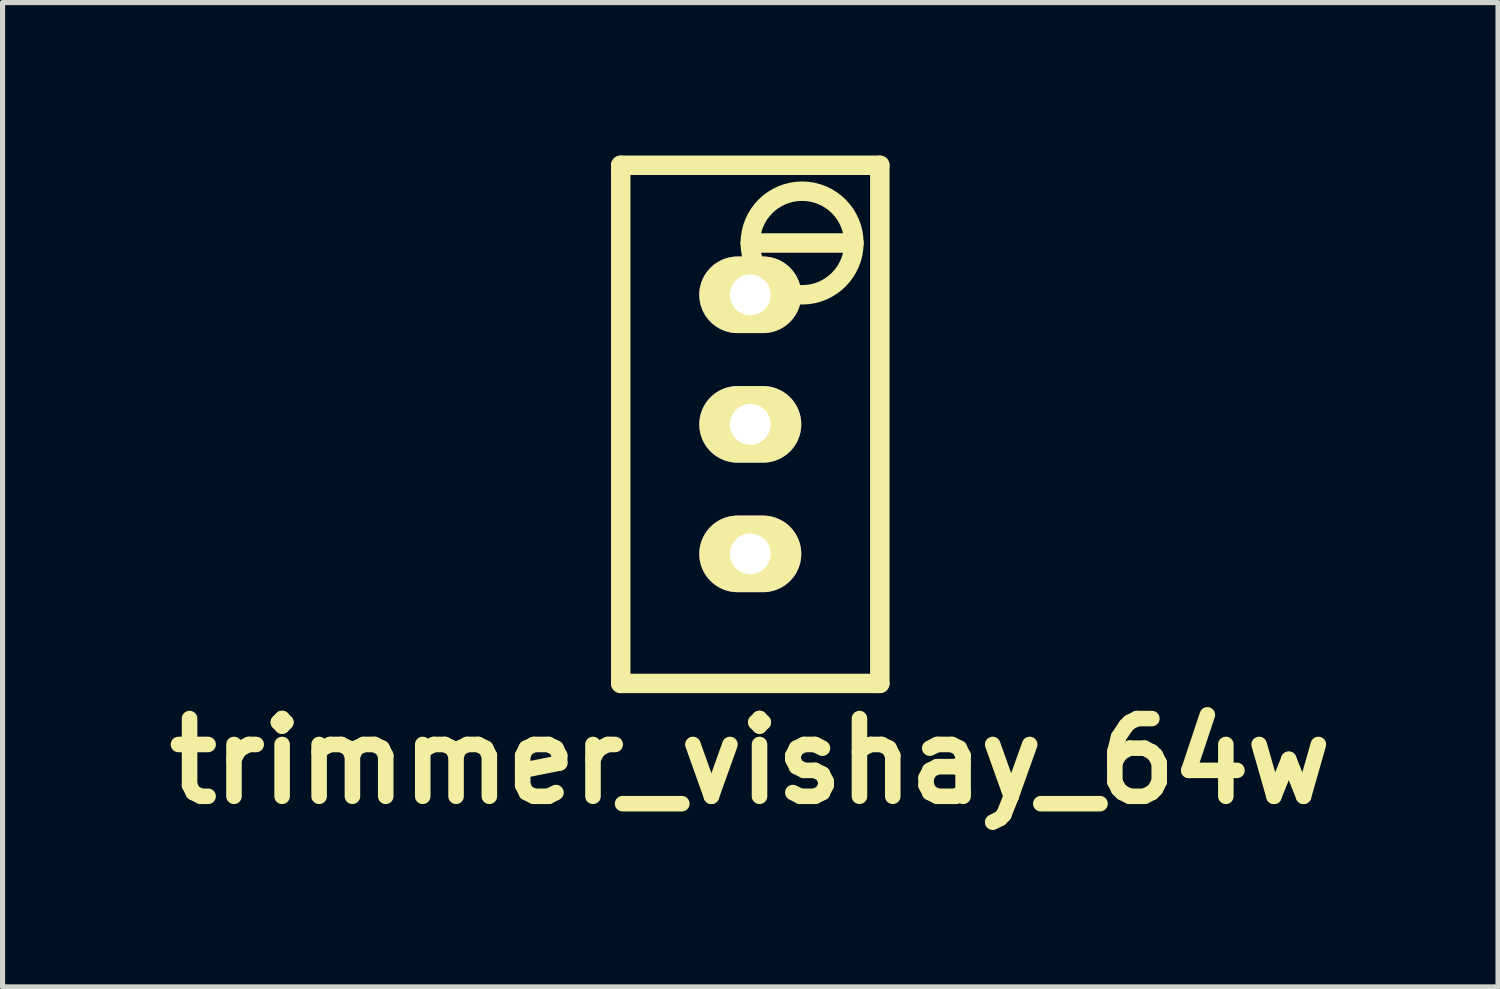
<source format=kicad_pcb>
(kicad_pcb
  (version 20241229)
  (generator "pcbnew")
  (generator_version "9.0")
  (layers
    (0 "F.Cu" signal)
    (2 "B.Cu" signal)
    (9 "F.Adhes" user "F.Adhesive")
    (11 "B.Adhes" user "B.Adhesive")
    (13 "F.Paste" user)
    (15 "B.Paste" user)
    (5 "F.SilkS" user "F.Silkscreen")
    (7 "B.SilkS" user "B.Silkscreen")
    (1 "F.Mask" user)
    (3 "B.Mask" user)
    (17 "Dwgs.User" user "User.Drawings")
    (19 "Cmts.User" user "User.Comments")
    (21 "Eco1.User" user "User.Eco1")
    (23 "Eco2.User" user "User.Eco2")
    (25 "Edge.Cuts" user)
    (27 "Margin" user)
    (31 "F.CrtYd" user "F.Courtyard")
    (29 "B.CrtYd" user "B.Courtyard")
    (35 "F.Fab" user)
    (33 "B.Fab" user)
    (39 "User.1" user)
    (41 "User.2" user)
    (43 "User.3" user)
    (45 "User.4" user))
  (footprint "trimmer_vishay_64w"
    (layer "F.Cu")
    (at 11.662 5.271)
    (property "Reference" "trimmer_vishay_64w" (at 0 6.604 0) (layer "F.SilkS") (effects (font (size 1.524 1.524) (thickness 0.305))))
    (attr through_hole)
    (fp_line (start -2.54 5.08) (end -2.54 -5.08) (stroke (width 0.381) (type solid)) (layer "F.SilkS"))
    (fp_line (start 0 -3.556) (end 2.032 -3.556) (stroke (width 0.381) (type solid)) (layer "F.SilkS"))
    (fp_line (start 2.54 -5.08) (end -2.54 -5.08) (stroke (width 0.381) (type solid)) (layer "F.SilkS"))
    (fp_line (start 2.54 -5.08) (end 2.54 5.08) (stroke (width 0.381) (type solid)) (layer "F.SilkS"))
    (fp_line (start 2.54 5.08) (end -2.54 5.08) (stroke (width 0.381) (type solid)) (layer "F.SilkS"))
    (fp_circle (center 1.016 -3.556) (end 2.032 -3.556) (stroke (width 0.381) (type solid)) (fill no) (layer "F.SilkS"))
    (pad "1" thru_hole oval (at 0 2.54) (size 1.999 1.501) (drill 0.8) (layers "*.Cu" "*.Mask" "F.SilkS"))
    (pad "2" thru_hole oval (at 0 0) (size 1.999 1.501) (drill 0.8) (layers "*.Cu" "*.Mask" "F.SilkS"))
    (pad "3" thru_hole oval (at 0 -2.54) (size 1.999 1.501) (drill 0.8) (layers "*.Cu" "*.Mask" "F.SilkS")))
  (gr_rect
    (start -3 -3)
    (end 26.324 16.301)
    (stroke (width 0.1) (type default))
    (fill no)
    (layer "Edge.Cuts")))
</source>
